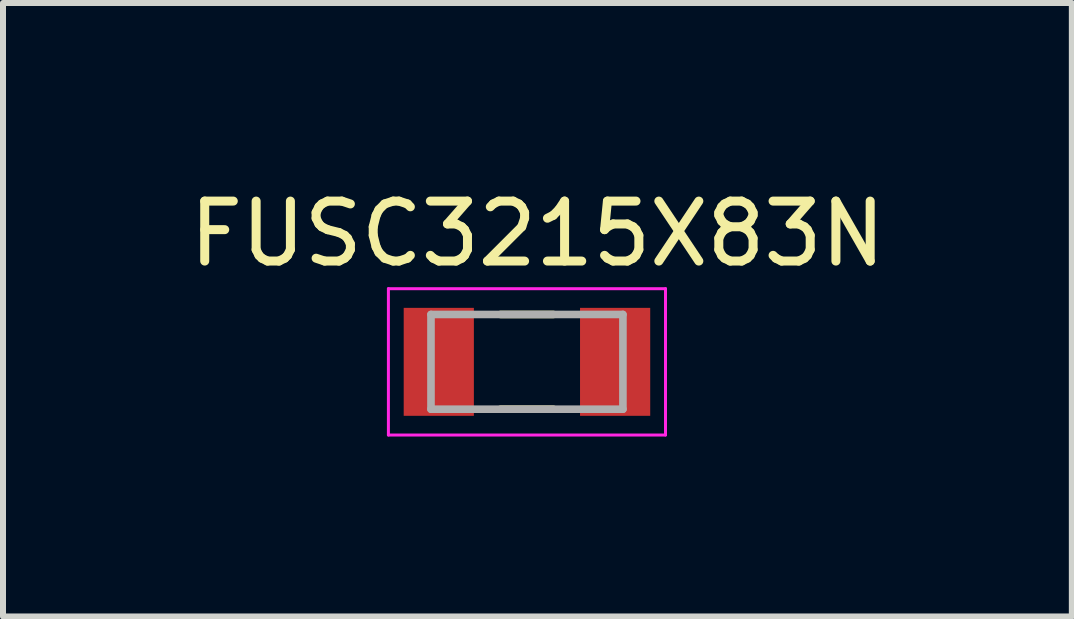
<source format=kicad_pcb>
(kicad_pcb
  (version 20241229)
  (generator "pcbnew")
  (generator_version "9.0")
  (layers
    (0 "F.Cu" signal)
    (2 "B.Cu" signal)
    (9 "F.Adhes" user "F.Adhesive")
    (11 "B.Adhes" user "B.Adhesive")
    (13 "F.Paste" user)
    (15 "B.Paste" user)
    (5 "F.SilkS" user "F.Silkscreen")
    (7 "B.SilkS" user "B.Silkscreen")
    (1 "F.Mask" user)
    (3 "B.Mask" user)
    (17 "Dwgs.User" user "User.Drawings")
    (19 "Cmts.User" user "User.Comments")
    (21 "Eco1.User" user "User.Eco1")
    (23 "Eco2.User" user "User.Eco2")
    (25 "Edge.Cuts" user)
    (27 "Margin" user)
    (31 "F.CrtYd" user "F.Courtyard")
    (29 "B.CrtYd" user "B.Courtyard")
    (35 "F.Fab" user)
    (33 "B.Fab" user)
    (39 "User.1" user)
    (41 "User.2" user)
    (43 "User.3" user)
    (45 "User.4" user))
  (footprint "FUSC3215X83N"
    (layer "F.Cu")
    (at 5.736 2.983)
    (property "Reference" "FUSC3215X83N" (at 0.175 -2.135 0) (layer "F.SilkS") (effects (font (size 1 1) (thickness 0.15))))
    (attr smd)
    (fp_line (start -0.44 -0.79) (end 0.44 -0.79) (stroke (width 0.127) (type solid)) (layer "F.SilkS"))
    (fp_line (start 0.44 0.79) (end -0.44 0.79) (stroke (width 0.127) (type solid)) (layer "F.SilkS"))
    (fp_line (start -2.31 -1.22) (end 2.31 -1.22) (stroke (width 0.05) (type solid)) (layer "F.CrtYd"))
    (fp_line (start -2.31 1.22) (end -2.31 -1.22) (stroke (width 0.05) (type solid)) (layer "F.CrtYd"))
    (fp_line (start 2.31 -1.22) (end 2.31 1.22) (stroke (width 0.05) (type solid)) (layer "F.CrtYd"))
    (fp_line (start 2.31 1.22) (end -2.31 1.22) (stroke (width 0.05) (type solid)) (layer "F.CrtYd"))
    (fp_line (start -1.6 -0.79) (end 1.6 -0.79) (stroke (width 0.127) (type solid)) (layer "F.Fab"))
    (fp_line (start -1.6 0.79) (end -1.6 -0.79) (stroke (width 0.127) (type solid)) (layer "F.Fab"))
    (fp_line (start 1.6 -0.79) (end 1.6 0.79) (stroke (width 0.127) (type solid)) (layer "F.Fab"))
    (fp_line (start 1.6 0.79) (end -1.6 0.79) (stroke (width 0.127) (type solid)) (layer "F.Fab"))
    (pad "1" smd rect (at -1.47 0) (size 1.17 1.8) (layers "F.Cu" "F.Mask" "F.Paste"))
    (pad "2" smd rect (at 1.47 0) (size 1.17 1.8) (layers "F.Cu" "F.Mask" "F.Paste")))
  (gr_rect
    (start -3 -3)
    (end 14.821 7.228)
    (stroke (width 0.1) (type default))
    (fill no)
    (layer "Edge.Cuts")))
</source>
